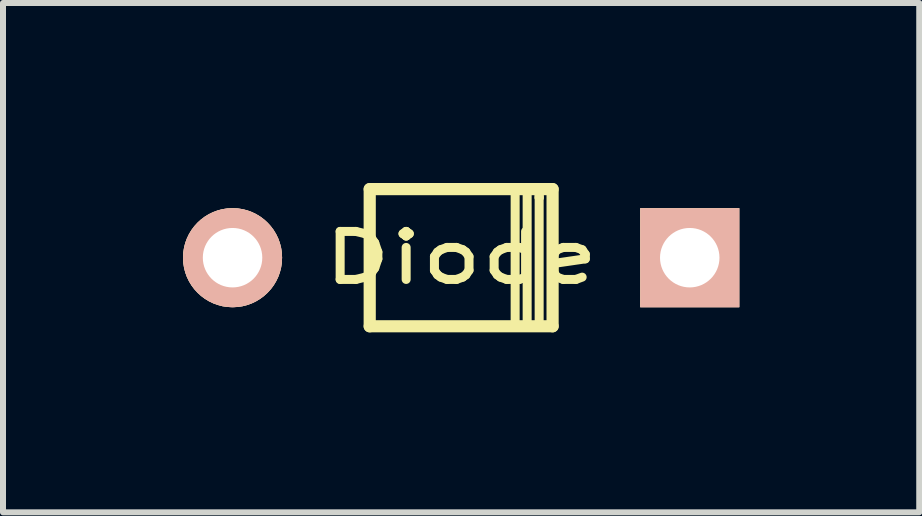
<source format=kicad_pcb>
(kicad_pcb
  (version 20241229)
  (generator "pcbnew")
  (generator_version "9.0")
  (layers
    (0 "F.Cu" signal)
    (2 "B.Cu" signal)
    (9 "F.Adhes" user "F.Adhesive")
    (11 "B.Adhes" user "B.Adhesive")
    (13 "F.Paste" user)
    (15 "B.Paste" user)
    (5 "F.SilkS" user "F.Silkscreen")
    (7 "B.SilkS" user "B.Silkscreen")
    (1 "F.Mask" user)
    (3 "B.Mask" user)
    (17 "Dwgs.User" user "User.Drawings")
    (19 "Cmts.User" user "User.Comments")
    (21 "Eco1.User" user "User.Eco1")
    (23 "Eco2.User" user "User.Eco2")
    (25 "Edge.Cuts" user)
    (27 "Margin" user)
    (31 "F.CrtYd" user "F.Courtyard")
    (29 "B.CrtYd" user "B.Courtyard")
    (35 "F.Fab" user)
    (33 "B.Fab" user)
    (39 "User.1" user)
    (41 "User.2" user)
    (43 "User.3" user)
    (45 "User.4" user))
  (footprint "Diode"
    (layer "F.Cu")
    (at 4.636 1.245)
    (property "Reference" "Diode" (at 0 0 0) (layer "F.SilkS") (effects (font (size 0.8 1.1) (thickness 0.15) (bold yes))))
    (attr through_hole)
    (fp_line (start -1.524 -1.143) (end 1.524 -1.143) (stroke (width 0.203) (type solid)) (layer "F.SilkS"))
    (fp_line (start -1.524 1.143) (end -1.524 -1.143) (stroke (width 0.203) (type solid)) (layer "F.SilkS"))
    (fp_line (start 0.9 1.1) (end 0.9 -1.1) (stroke (width 0.15) (type solid)) (layer "F.SilkS"))
    (fp_line (start 1.1 -1.1) (end 1.1 1.1) (stroke (width 0.15) (type solid)) (layer "F.SilkS"))
    (fp_line (start 1.3 -1.1) (end 1.3 -1) (stroke (width 0.15) (type solid)) (layer "F.SilkS"))
    (fp_line (start 1.3 -1) (end 1.3 -1.1) (stroke (width 0.15) (type solid)) (layer "F.SilkS"))
    (fp_line (start 1.3 1.1) (end 1.3 -1) (stroke (width 0.15) (type solid)) (layer "F.SilkS"))
    (fp_line (start 1.524 -1.143) (end 1.524 1.143) (stroke (width 0.203) (type solid)) (layer "F.SilkS"))
    (fp_line (start 1.524 1.143) (end -1.524 1.143) (stroke (width 0.203) (type solid)) (layer "F.SilkS"))
    (pad "1" thru_hole circle (at -3.81 0) (size 1.651 1.651) (drill 0.991) (layers "*.Cu" "*.SilkS" "*.Mask"))
    (pad "2" thru_hole rect (at 3.81 0) (size 1.651 1.651) (drill 0.991) (layers "*.Cu" "*.SilkS" "*.Mask")))
  (gr_rect
    (start -3 -3)
    (end 12.271 5.489)
    (stroke (width 0.1) (type default))
    (fill no)
    (layer "Edge.Cuts")))
</source>
